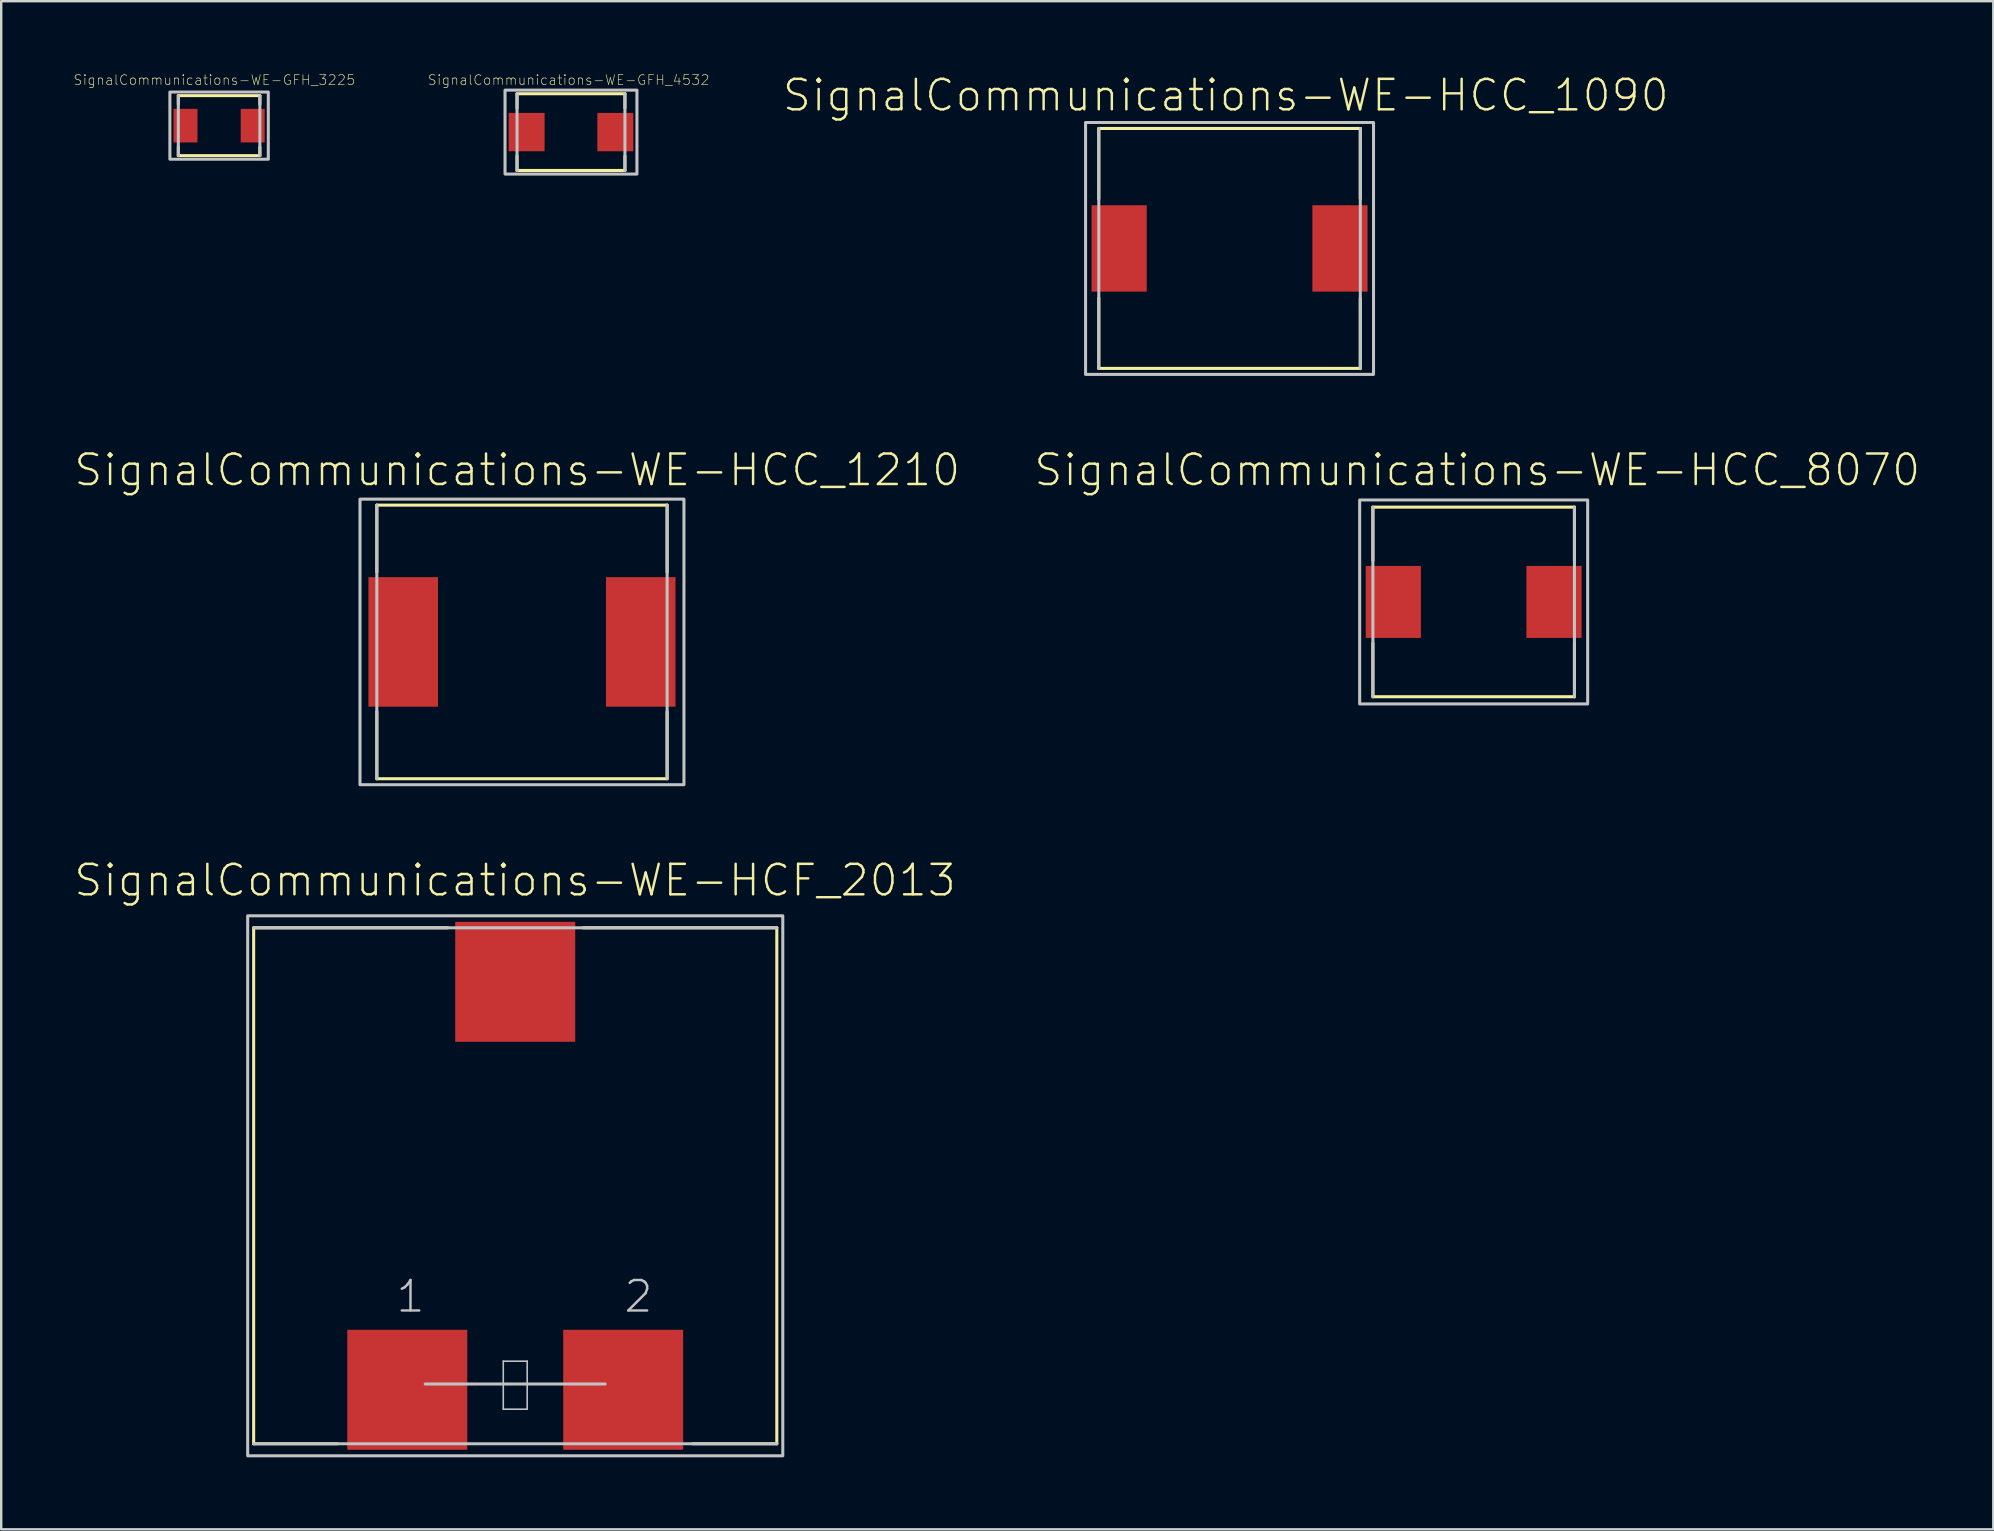
<source format=kicad_pcb>
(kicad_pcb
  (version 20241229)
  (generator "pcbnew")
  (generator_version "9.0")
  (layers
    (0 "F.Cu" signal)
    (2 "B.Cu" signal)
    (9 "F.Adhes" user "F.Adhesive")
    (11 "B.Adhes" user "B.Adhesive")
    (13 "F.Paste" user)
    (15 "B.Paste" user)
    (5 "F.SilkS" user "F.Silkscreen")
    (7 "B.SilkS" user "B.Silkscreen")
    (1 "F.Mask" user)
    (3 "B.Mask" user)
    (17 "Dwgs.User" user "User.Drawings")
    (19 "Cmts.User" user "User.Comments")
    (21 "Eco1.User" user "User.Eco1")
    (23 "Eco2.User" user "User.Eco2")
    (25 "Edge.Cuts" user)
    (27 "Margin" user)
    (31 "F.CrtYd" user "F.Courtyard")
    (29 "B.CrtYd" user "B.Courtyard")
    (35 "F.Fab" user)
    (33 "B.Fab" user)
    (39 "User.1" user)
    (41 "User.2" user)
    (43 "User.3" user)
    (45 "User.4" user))
  (footprint "SignalCommunications-WE-HCC_1210"
    (layer "F.Cu")
    (at 18.699 23.697)
    (property "Reference" "SignalCommunications-WE-HCC_1210" (at -0.198 -7.163 0) (layer "F.SilkS") (effects (font (size 1.27 1.27) (thickness 0.102))))
    (attr smd)
    (fp_line (start -6.048 -5.7) (end 6.048 -5.7) (stroke (width 0.127) (type solid)) (layer "F.SilkS"))
    (fp_line (start -6.048 -2.908) (end -6.048 -5.7) (stroke (width 0.127) (type solid)) (layer "F.SilkS"))
    (fp_line (start -6.048 2.908) (end -6.048 5.7) (stroke (width 0.127) (type solid)) (layer "F.SilkS"))
    (fp_line (start -6.048 5.7) (end 6.048 5.7) (stroke (width 0.127) (type solid)) (layer "F.SilkS"))
    (fp_line (start 6.048 -2.908) (end 6.048 -5.7) (stroke (width 0.127) (type solid)) (layer "F.SilkS"))
    (fp_line (start 6.048 2.908) (end 6.048 5.7) (stroke (width 0.127) (type solid)) (layer "F.SilkS"))
    (fp_line (start -6.048 -5.7) (end -6.048 5.7) (stroke (width 0.127) (type solid)) (layer "Dwgs.User"))
    (fp_line (start 6.048 -5.7) (end 6.048 5.7) (stroke (width 0.127) (type solid)) (layer "Dwgs.User"))
    (fp_poly (pts (xy -6.749 -5.949) (xy 6.749 -5.949) (xy 6.749 5.949) (xy -6.749 5.949) (xy -6.749 -5.949)) (stroke (width 0.127) (type solid)) (fill no) (layer "Dwgs.User"))
    (pad "1" smd rect (at -4.948 0) (size 2.898 5.397) (layers "F.Cu" "F.Mask" "F.Paste"))
    (pad "2" smd rect (at 4.948 0) (size 2.898 5.397) (layers "F.Cu" "F.Mask" "F.Paste")))
  (footprint "SignalCommunications-WE-HCC_8070"
    (layer "F.Cu")
    (at 58.353 22.031)
    (property "Reference" "SignalCommunications-WE-HCC_8070" (at 0.15 -5.497 0) (layer "F.SilkS") (effects (font (size 1.27 1.27) (thickness 0.102))))
    (attr smd)
    (fp_line (start -4.199 -1.72) (end -4.199 -3.95) (stroke (width 0.127) (type solid)) (layer "F.SilkS"))
    (fp_line (start -4.199 1.72) (end -4.199 3.95) (stroke (width 0.127) (type solid)) (layer "F.SilkS"))
    (fp_line (start -4.199 3.95) (end 4.199 3.95) (stroke (width 0.127) (type solid)) (layer "F.SilkS"))
    (fp_line (start 4.199 -3.95) (end -4.199 -3.95) (stroke (width 0.127) (type solid)) (layer "F.SilkS"))
    (fp_line (start 4.199 -1.72) (end 4.199 -3.95) (stroke (width 0.127) (type solid)) (layer "F.SilkS"))
    (fp_line (start 4.199 1.72) (end 4.199 3.95) (stroke (width 0.127) (type solid)) (layer "F.SilkS"))
    (fp_line (start -4.199 -3.95) (end -4.199 3.95) (stroke (width 0.127) (type solid)) (layer "Dwgs.User"))
    (fp_line (start 4.199 3.95) (end 4.199 -3.95) (stroke (width 0.127) (type solid)) (layer "Dwgs.User"))
    (fp_poly (pts (xy -4.75 -4.249) (xy 4.75 -4.249) (xy 4.75 4.249) (xy -4.75 4.249) (xy -4.75 -4.249)) (stroke (width 0.127) (type solid)) (fill no) (layer "Dwgs.User"))
    (pad "1" smd rect (at -3.348 0) (size 2.299 3) (layers "F.Cu" "F.Mask" "F.Paste"))
    (pad "2" smd rect (at 3.348 0) (size 2.299 3) (layers "F.Cu" "F.Mask" "F.Paste")))
  (footprint "SignalCommunications-WE-HCF_2013"
    (layer "F.Cu")
    (at 18.418 46.358)
    (property "Reference" "SignalCommunications-WE-HCF_2013" (at -0.008 -12.728 0) (layer "F.SilkS") (effects (font (size 1.27 1.27) (thickness 0.102))))
    (attr smd)
    (fp_line (start -10.899 -10.749) (end -10.899 10.749) (stroke (width 0.127) (type solid)) (layer "F.SilkS"))
    (fp_line (start -7.409 10.749) (end -10.899 10.749) (stroke (width 0.127) (type solid)) (layer "F.SilkS"))
    (fp_line (start -2.819 -10.749) (end -10.899 -10.749) (stroke (width 0.127) (type solid)) (layer "F.SilkS"))
    (fp_line (start 2.83 -10.749) (end 10.899 -10.749) (stroke (width 0.127) (type solid)) (layer "F.SilkS"))
    (fp_line (start 10.899 10.749) (end 7.399 10.749) (stroke (width 0.127) (type solid)) (layer "F.SilkS"))
    (fp_line (start 10.899 10.749) (end 10.899 -10.749) (stroke (width 0.127) (type solid)) (layer "F.SilkS"))
    (fp_line (start -10.899 10.749) (end 10.899 10.749) (stroke (width 0.127) (type solid)) (layer "Dwgs.User"))
    (fp_line (start -3.749 8.258) (end 3.749 8.258) (stroke (width 0.127) (type solid)) (layer "Dwgs.User"))
    (fp_line (start -0.498 7.308) (end 0.498 7.308) (stroke (width 0.066) (type solid)) (layer "Dwgs.User"))
    (fp_line (start -0.498 9.309) (end -0.498 7.308) (stroke (width 0.066) (type solid)) (layer "Dwgs.User"))
    (fp_line (start -0.498 9.309) (end 0.498 9.309) (stroke (width 0.066) (type solid)) (layer "Dwgs.User"))
    (fp_line (start 0.498 9.309) (end 0.498 7.308) (stroke (width 0.066) (type solid)) (layer "Dwgs.User"))
    (fp_line (start 10.899 -10.749) (end -10.899 -10.749) (stroke (width 0.127) (type solid)) (layer "Dwgs.User"))
    (fp_poly (pts (xy -11.148 -11.25) (xy 11.148 -11.25) (xy 11.148 11.25) (xy -11.148 11.25) (xy -11.148 -11.25)) (stroke (width 0.127) (type solid)) (fill no) (layer "Dwgs.User"))
    (fp_text user "1" (at -4.364 4.613 0) (layer "Dwgs.User") (effects (font (size 1.27 1.27) (thickness 0.102))))
    (fp_text user "2" (at 5.133 4.613 0) (layer "Dwgs.User") (effects (font (size 1.27 1.27) (thickness 0.102))))
    (pad "1" smd rect (at -4.498 8.499 180) (size 4.999 4.999) (layers "F.Cu" "F.Mask" "F.Paste"))
    (pad "2" smd rect (at 4.498 8.499) (size 4.999 4.999) (layers "F.Cu" "F.Mask" "F.Paste"))
    (pad "3" smd rect (at 0 -8.499 180) (size 4.999 4.999) (layers "F.Cu" "F.Mask" "F.Paste")))
  (footprint "SignalCommunications-WE-HCC_1090"
    (layer "F.Cu")
    (at 48.181 7.302)
    (property "Reference" "SignalCommunications-WE-HCC_1090" (at -0.157 -6.38 0) (layer "F.SilkS") (effects (font (size 1.27 1.27) (thickness 0.102))))
    (attr smd)
    (fp_line (start -5.448 -2.068) (end -5.448 -4.999) (stroke (width 0.127) (type solid)) (layer "F.SilkS"))
    (fp_line (start -5.448 2.068) (end -5.448 4.999) (stroke (width 0.127) (type solid)) (layer "F.SilkS"))
    (fp_line (start -5.448 4.999) (end 5.448 4.999) (stroke (width 0.127) (type solid)) (layer "F.SilkS"))
    (fp_line (start 5.448 -4.999) (end -5.448 -4.999) (stroke (width 0.127) (type solid)) (layer "F.SilkS"))
    (fp_line (start 5.448 -2.068) (end 5.448 -4.999) (stroke (width 0.127) (type solid)) (layer "F.SilkS"))
    (fp_line (start 5.448 2.078) (end 5.448 5.009) (stroke (width 0.127) (type solid)) (layer "F.SilkS"))
    (fp_line (start -5.448 -4.999) (end -5.448 4.999) (stroke (width 0.127) (type solid)) (layer "Dwgs.User"))
    (fp_line (start 5.448 4.999) (end 5.448 -4.999) (stroke (width 0.127) (type solid)) (layer "Dwgs.User"))
    (fp_poly (pts (xy -5.999 -5.248) (xy 5.999 -5.248) (xy 5.999 5.248) (xy -5.999 5.248) (xy -5.999 -5.248)) (stroke (width 0.127) (type solid)) (fill no) (layer "Dwgs.User"))
    (pad "1" smd rect (at -4.6 0) (size 2.299 3.599) (layers "F.Cu" "F.Mask" "F.Paste"))
    (pad "2" smd rect (at 4.6 0) (size 2.299 3.599) (layers "F.Cu" "F.Mask" "F.Paste")))
  (footprint "SignalCommunications-WE-GFH_3225"
    (layer "F.Cu")
    (at 6.079 2.185)
    (property "Reference" "SignalCommunications-WE-GFH_3225" (at -0.198 -1.902 0) (layer "F.SilkS") (effects (font (size 0.406 0.406) (thickness 0.025))))
    (attr smd)
    (fp_line (start -1.699 -1.25) (end 1.699 -1.25) (stroke (width 0.127) (type solid)) (layer "F.SilkS"))
    (fp_line (start -1.699 -0.889) (end -1.699 -1.25) (stroke (width 0.127) (type solid)) (layer "F.SilkS"))
    (fp_line (start -1.699 0.889) (end -1.699 1.25) (stroke (width 0.127) (type solid)) (layer "F.SilkS"))
    (fp_line (start -1.699 1.25) (end 1.699 1.25) (stroke (width 0.127) (type solid)) (layer "F.SilkS"))
    (fp_line (start 1.699 -0.889) (end 1.699 -1.25) (stroke (width 0.127) (type solid)) (layer "F.SilkS"))
    (fp_line (start 1.699 0.889) (end 1.699 1.25) (stroke (width 0.127) (type solid)) (layer "F.SilkS"))
    (fp_line (start -1.699 -1.25) (end -1.699 1.25) (stroke (width 0.127) (type solid)) (layer "Dwgs.User"))
    (fp_line (start 1.699 -1.25) (end 1.699 1.25) (stroke (width 0.127) (type solid)) (layer "Dwgs.User"))
    (fp_poly (pts (xy 2.05 -1.4) (xy 2.05 1.4) (xy -2.05 1.4) (xy -2.05 -1.4) (xy 2.05 -1.4)) (stroke (width 0.127) (type solid)) (fill no) (layer "Dwgs.User"))
    (pad "1" smd rect (at -1.4 0) (size 0.998 1.4) (layers "F.Cu" "F.Mask" "F.Paste"))
    (pad "2" smd rect (at 1.4 0) (size 0.998 1.4) (layers "F.Cu" "F.Mask" "F.Paste")))
  (footprint "SignalCommunications-WE-GFH_4532"
    (layer "F.Cu")
    (at 20.741 2.454)
    (property "Reference" "SignalCommunications-WE-GFH_4532" (at -0.099 -2.172 0) (layer "F.SilkS") (effects (font (size 0.406 0.406) (thickness 0.025))))
    (attr smd)
    (fp_line (start -2.248 -1.598) (end 2.248 -1.598) (stroke (width 0.127) (type solid)) (layer "F.SilkS"))
    (fp_line (start -2.248 -0.998) (end -2.248 -1.598) (stroke (width 0.127) (type solid)) (layer "F.SilkS"))
    (fp_line (start -2.248 0.998) (end -2.248 1.598) (stroke (width 0.127) (type solid)) (layer "F.SilkS"))
    (fp_line (start -2.248 1.598) (end 2.248 1.598) (stroke (width 0.127) (type solid)) (layer "F.SilkS"))
    (fp_line (start 2.248 -0.998) (end 2.248 -1.598) (stroke (width 0.127) (type solid)) (layer "F.SilkS"))
    (fp_line (start 2.248 0.998) (end 2.248 1.598) (stroke (width 0.127) (type solid)) (layer "F.SilkS"))
    (fp_line (start -2.248 -1.598) (end -2.248 1.598) (stroke (width 0.127) (type solid)) (layer "Dwgs.User"))
    (fp_line (start 2.248 -1.598) (end 2.248 1.598) (stroke (width 0.127) (type solid)) (layer "Dwgs.User"))
    (fp_poly (pts (xy -2.748 -1.748) (xy 2.748 -1.748) (xy 2.748 1.748) (xy -2.748 1.748) (xy -2.748 -1.748)) (stroke (width 0.127) (type solid)) (fill no) (layer "Dwgs.User"))
    (pad "1" smd rect (at -1.849 0) (size 1.499 1.598) (layers "F.Cu" "F.Mask" "F.Paste"))
    (pad "2" smd rect (at 1.849 0) (size 1.499 1.598) (layers "F.Cu" "F.Mask" "F.Paste")))
  (gr_rect
    (start -3 -3)
    (end 80.004 60.671)
    (stroke (width 0.1) (type default))
    (fill no)
    (layer "Edge.Cuts")))
</source>
